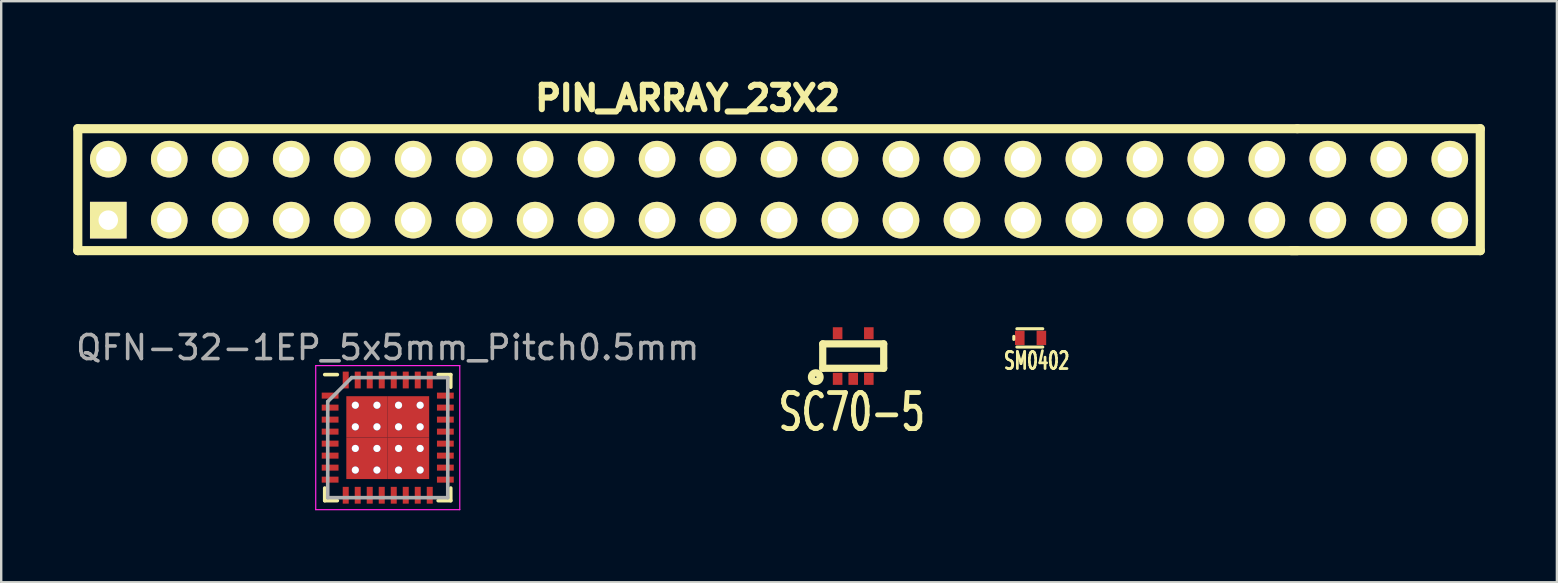
<source format=kicad_pcb>
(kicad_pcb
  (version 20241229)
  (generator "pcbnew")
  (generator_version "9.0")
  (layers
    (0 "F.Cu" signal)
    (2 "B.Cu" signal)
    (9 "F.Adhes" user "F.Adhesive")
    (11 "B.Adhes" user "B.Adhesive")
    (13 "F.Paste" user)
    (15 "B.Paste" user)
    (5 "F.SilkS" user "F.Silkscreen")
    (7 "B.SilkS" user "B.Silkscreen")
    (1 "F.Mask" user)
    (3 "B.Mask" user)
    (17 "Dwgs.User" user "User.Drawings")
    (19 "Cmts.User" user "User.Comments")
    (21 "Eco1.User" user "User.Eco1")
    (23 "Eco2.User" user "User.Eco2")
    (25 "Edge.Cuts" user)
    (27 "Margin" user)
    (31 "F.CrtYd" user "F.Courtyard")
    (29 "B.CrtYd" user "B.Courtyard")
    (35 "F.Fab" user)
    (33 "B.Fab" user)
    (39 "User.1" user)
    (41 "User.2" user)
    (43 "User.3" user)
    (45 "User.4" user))
  (footprint "SM0402"
    (layer "F.Cu")
    (at 39.878 11.025)
    (property "Reference" "SM0402" (at 0.254 0.953 0) (layer "F.SilkS") (effects (font (size 0.711 0.457) (thickness 0.127))))
    (attr smd)
    (fp_line (start -0.699 -0.064) (end -0.699 0.064) (stroke (width 0.127) (type solid)) (layer "F.SilkS"))
    (fp_line (start -0.572 0.381) (end 0.508 0.381) (stroke (width 0.127) (type solid)) (layer "F.SilkS"))
    (fp_line (start 0.508 -0.381) (end -0.572 -0.381) (stroke (width 0.127) (type solid)) (layer "F.SilkS"))
    (pad "1" smd rect (at -0.45 0) (size 0.399 0.599) (layers "F.Cu" "F.Mask" "F.Paste"))
    (pad "2" smd rect (at 0.45 0) (size 0.399 0.599) (layers "F.Cu" "F.Mask" "F.Paste")))
  (footprint "PIN_ARRAY_23X2"
    (layer "F.Cu")
    (at 25.59 4.85)
    (property "Reference" "PIN_ARRAY_23X2" (at 0 -3.81 0) (layer "F.SilkS") (effects (font (size 1.016 1.016) (thickness 0.254))))
    (attr through_hole)
    (fp_line (start -25.4 -2.54) (end -25.4 2.54) (stroke (width 0.381) (type solid)) (layer "F.SilkS"))
    (fp_line (start 25.4 -2.54) (end -25.4 -2.54) (stroke (width 0.381) (type solid)) (layer "F.SilkS"))
    (fp_line (start 25.4 -2.54) (end 33.02 -2.54) (stroke (width 0.381) (type solid)) (layer "F.SilkS"))
    (fp_line (start 25.4 2.54) (end -25.4 2.54) (stroke (width 0.381) (type solid)) (layer "F.SilkS"))
    (fp_line (start 33.02 -2.54) (end 33.02 2.54) (stroke (width 0.381) (type solid)) (layer "F.SilkS"))
    (fp_line (start 33.02 2.54) (end 25.146 2.54) (stroke (width 0.381) (type solid)) (layer "F.SilkS"))
    (pad "1" thru_hole rect (at -24.13 1.27) (size 1.524 1.524) (drill 0.813) (layers "*.Cu" "*.Mask" "F.SilkS"))
    (pad "2" thru_hole circle (at -24.13 -1.27) (size 1.524 1.524) (drill 1.016) (layers "*.Cu" "*.Mask" "F.SilkS"))
    (pad "3" thru_hole circle (at -21.59 1.27) (size 1.524 1.524) (drill 1.016) (layers "*.Cu" "*.Mask" "F.SilkS"))
    (pad "4" thru_hole circle (at -21.59 -1.27) (size 1.524 1.524) (drill 1.016) (layers "*.Cu" "*.Mask" "F.SilkS"))
    (pad "5" thru_hole circle (at -19.05 1.27) (size 1.524 1.524) (drill 1.016) (layers "*.Cu" "*.Mask" "F.SilkS"))
    (pad "6" thru_hole circle (at -19.05 -1.27) (size 1.524 1.524) (drill 1.016) (layers "*.Cu" "*.Mask" "F.SilkS"))
    (pad "7" thru_hole circle (at -16.51 1.27) (size 1.524 1.524) (drill 1.016) (layers "*.Cu" "*.Mask" "F.SilkS"))
    (pad "8" thru_hole circle (at -16.51 -1.27) (size 1.524 1.524) (drill 1.016) (layers "*.Cu" "*.Mask" "F.SilkS"))
    (pad "9" thru_hole circle (at -13.97 1.27) (size 1.524 1.524) (drill 1.016) (layers "*.Cu" "*.Mask" "F.SilkS"))
    (pad "10" thru_hole circle (at -13.97 -1.27) (size 1.524 1.524) (drill 1.016) (layers "*.Cu" "*.Mask" "F.SilkS"))
    (pad "11" thru_hole circle (at -11.43 1.27) (size 1.524 1.524) (drill 1.016) (layers "*.Cu" "*.Mask" "F.SilkS"))
    (pad "12" thru_hole circle (at -11.43 -1.27) (size 1.524 1.524) (drill 1.016) (layers "*.Cu" "*.Mask" "F.SilkS"))
    (pad "13" thru_hole circle (at -8.89 1.27) (size 1.524 1.524) (drill 1.016) (layers "*.Cu" "*.Mask" "F.SilkS"))
    (pad "14" thru_hole circle (at -8.89 -1.27) (size 1.524 1.524) (drill 1.016) (layers "*.Cu" "*.Mask" "F.SilkS"))
    (pad "15" thru_hole circle (at -6.35 1.27) (size 1.524 1.524) (drill 1.016) (layers "*.Cu" "*.Mask" "F.SilkS"))
    (pad "16" thru_hole circle (at -6.35 -1.27) (size 1.524 1.524) (drill 1.016) (layers "*.Cu" "*.Mask" "F.SilkS"))
    (pad "17" thru_hole circle (at -3.81 1.27) (size 1.524 1.524) (drill 1.016) (layers "*.Cu" "*.Mask" "F.SilkS"))
    (pad "18" thru_hole circle (at -3.81 -1.27) (size 1.524 1.524) (drill 1.016) (layers "*.Cu" "*.Mask" "F.SilkS"))
    (pad "19" thru_hole circle (at -1.27 1.27) (size 1.524 1.524) (drill 1.016) (layers "*.Cu" "*.Mask" "F.SilkS"))
    (pad "20" thru_hole circle (at -1.27 -1.27) (size 1.524 1.524) (drill 1.016) (layers "*.Cu" "*.Mask" "F.SilkS"))
    (pad "21" thru_hole circle (at 1.27 1.27) (size 1.524 1.524) (drill 1.016) (layers "*.Cu" "*.Mask" "F.SilkS"))
    (pad "22" thru_hole circle (at 1.27 -1.27) (size 1.524 1.524) (drill 1.016) (layers "*.Cu" "*.Mask" "F.SilkS"))
    (pad "23" thru_hole circle (at 3.81 1.27) (size 1.524 1.524) (drill 1.016) (layers "*.Cu" "*.Mask" "F.SilkS"))
    (pad "24" thru_hole circle (at 3.81 -1.27) (size 1.524 1.524) (drill 1.016) (layers "*.Cu" "*.Mask" "F.SilkS"))
    (pad "25" thru_hole circle (at 6.35 1.27) (size 1.524 1.524) (drill 1.016) (layers "*.Cu" "*.Mask" "F.SilkS"))
    (pad "26" thru_hole circle (at 6.35 -1.27) (size 1.524 1.524) (drill 1.016) (layers "*.Cu" "*.Mask" "F.SilkS"))
    (pad "27" thru_hole circle (at 8.89 1.27) (size 1.524 1.524) (drill 1.016) (layers "*.Cu" "*.Mask" "F.SilkS"))
    (pad "28" thru_hole circle (at 8.89 -1.27) (size 1.524 1.524) (drill 1.016) (layers "*.Cu" "*.Mask" "F.SilkS"))
    (pad "29" thru_hole circle (at 11.43 1.27) (size 1.524 1.524) (drill 1.016) (layers "*.Cu" "*.Mask" "F.SilkS"))
    (pad "30" thru_hole circle (at 11.43 -1.27) (size 1.524 1.524) (drill 1.016) (layers "*.Cu" "*.Mask" "F.SilkS"))
    (pad "31" thru_hole circle (at 13.97 1.27) (size 1.524 1.524) (drill 1.016) (layers "*.Cu" "*.Mask" "F.SilkS"))
    (pad "32" thru_hole circle (at 13.97 -1.27) (size 1.524 1.524) (drill 1.016) (layers "*.Cu" "*.Mask" "F.SilkS"))
    (pad "33" thru_hole circle (at 16.51 1.27) (size 1.524 1.524) (drill 1.016) (layers "*.Cu" "*.Mask" "F.SilkS"))
    (pad "34" thru_hole circle (at 16.51 -1.27) (size 1.524 1.524) (drill 1.016) (layers "*.Cu" "*.Mask" "F.SilkS"))
    (pad "35" thru_hole circle (at 19.05 1.27) (size 1.524 1.524) (drill 1.016) (layers "*.Cu" "*.Mask" "F.SilkS"))
    (pad "36" thru_hole circle (at 19.05 -1.27) (size 1.524 1.524) (drill 1.016) (layers "*.Cu" "*.Mask" "F.SilkS"))
    (pad "37" thru_hole circle (at 21.59 1.27) (size 1.524 1.524) (drill 1.016) (layers "*.Cu" "*.Mask" "F.SilkS"))
    (pad "38" thru_hole circle (at 21.59 -1.27) (size 1.524 1.524) (drill 1.016) (layers "*.Cu" "*.Mask" "F.SilkS"))
    (pad "39" thru_hole circle (at 24.13 1.27) (size 1.524 1.524) (drill 1.016) (layers "*.Cu" "*.Mask" "F.SilkS"))
    (pad "40" thru_hole circle (at 24.13 -1.27) (size 1.524 1.524) (drill 1.016) (layers "*.Cu" "*.Mask" "F.SilkS"))
    (pad "41" thru_hole circle (at 26.67 1.27) (size 1.524 1.524) (drill 1.016) (layers "*.Cu" "*.Mask" "F.SilkS"))
    (pad "42" thru_hole circle (at 26.67 -1.27) (size 1.524 1.524) (drill 1.016) (layers "*.Cu" "*.Mask" "F.SilkS"))
    (pad "43" thru_hole circle (at 29.21 1.27) (size 1.524 1.524) (drill 1.016) (layers "*.Cu" "*.Mask" "F.SilkS"))
    (pad "44" thru_hole circle (at 29.21 -1.27) (size 1.524 1.524) (drill 1.016) (layers "*.Cu" "*.Mask" "F.SilkS"))
    (pad "45" thru_hole circle (at 31.75 1.27) (size 1.524 1.524) (drill 1.016) (layers "*.Cu" "*.Mask" "F.SilkS"))
    (pad "46" thru_hole circle (at 31.75 -1.27) (size 1.524 1.524) (drill 1.016) (layers "*.Cu" "*.Mask" "F.SilkS")))
  (footprint "SC70-5"
    (layer "F.Cu")
    (at 32.49 11.781)
    (property "Reference" "SC70-5" (at -0.061 2.337 0) (layer "F.SilkS") (effects (font (size 1.501 1.001) (thickness 0.201))))
    (attr through_hole)
    (fp_line (start -1.27 -0.508) (end -1.27 0.508) (stroke (width 0.3) (type solid)) (layer "F.SilkS"))
    (fp_line (start -1.27 0.508) (end 1.27 0.508) (stroke (width 0.3) (type solid)) (layer "F.SilkS"))
    (fp_line (start 1.27 -0.508) (end -1.27 -0.508) (stroke (width 0.3) (type solid)) (layer "F.SilkS"))
    (fp_line (start 1.27 0.508) (end 1.27 -0.508) (stroke (width 0.3) (type solid)) (layer "F.SilkS"))
    (fp_circle (center -1.56 0.879) (end -1.529 1.057) (stroke (width 0.3) (type solid)) (fill no) (layer "F.SilkS"))
    (pad "1" smd rect (at -0.65 0.95) (size 0.399 0.5) (layers "F.Cu" "F.Mask" "F.Paste"))
    (pad "2" smd rect (at 0 0.95) (size 0.399 0.5) (layers "F.Cu" "F.Mask" "F.Paste"))
    (pad "3" smd rect (at 0.65 0.95) (size 0.399 0.5) (layers "F.Cu" "F.Mask" "F.Paste"))
    (pad "4" smd rect (at 0.65 -0.95) (size 0.399 0.5) (layers "F.Cu" "F.Mask" "F.Paste"))
    (pad "5" smd rect (at -0.65 -0.95) (size 0.399 0.5) (layers "F.Cu" "F.Mask" "F.Paste")))
  (footprint "QFN-32-1EP_5x5mm_Pitch0.5mm"
    (layer "F.Cu")
    (at 13.101 15.179)
    (property "Reference" "QFN-32-1EP_5x5mm_Pitch0.5mm" (at 0 -3.75 0) (layer "F.Fab") (effects (font (size 1 1) (thickness 0.15))))
    (attr smd)
    (fp_line (start -2.625 -2.625) (end -2.1 -2.625) (stroke (width 0.15) (type solid)) (layer "F.SilkS"))
    (fp_line (start -2.625 2.625) (end -2.625 2.1) (stroke (width 0.15) (type solid)) (layer "F.SilkS"))
    (fp_line (start -2.625 2.625) (end -2.1 2.625) (stroke (width 0.15) (type solid)) (layer "F.SilkS"))
    (fp_line (start 2.625 -2.625) (end 2.1 -2.625) (stroke (width 0.15) (type solid)) (layer "F.SilkS"))
    (fp_line (start 2.625 -2.625) (end 2.625 -2.1) (stroke (width 0.15) (type solid)) (layer "F.SilkS"))
    (fp_line (start 2.625 2.625) (end 2.1 2.625) (stroke (width 0.15) (type solid)) (layer "F.SilkS"))
    (fp_line (start 2.625 2.625) (end 2.625 2.1) (stroke (width 0.15) (type solid)) (layer "F.SilkS"))
    (fp_line (start -3 -3) (end -3 3) (stroke (width 0.05) (type solid)) (layer "F.CrtYd"))
    (fp_line (start -3 -3) (end 3 -3) (stroke (width 0.05) (type solid)) (layer "F.CrtYd"))
    (fp_line (start -3 3) (end 3 3) (stroke (width 0.05) (type solid)) (layer "F.CrtYd"))
    (fp_line (start 3 -3) (end 3 3) (stroke (width 0.05) (type solid)) (layer "F.CrtYd"))
    (fp_line (start -2.5 -1.5) (end -1.5 -2.5) (stroke (width 0.15) (type solid)) (layer "F.Fab"))
    (fp_line (start -2.5 2.5) (end -2.5 -1.5) (stroke (width 0.15) (type solid)) (layer "F.Fab"))
    (fp_line (start -1.5 -2.5) (end 2.5 -2.5) (stroke (width 0.15) (type solid)) (layer "F.Fab"))
    (fp_line (start 2.5 -2.5) (end 2.5 2.5) (stroke (width 0.15) (type solid)) (layer "F.Fab"))
    (fp_line (start 2.5 2.5) (end -2.5 2.5) (stroke (width 0.15) (type solid)) (layer "F.Fab"))
    (pad "0" thru_hole circle (at -1.35 -1.35) (size 0.3 0.3) (drill 0.3) (layers "*.Cu"))
    (pad "0" thru_hole circle (at -1.35 -0.45) (size 0.3 0.3) (drill 0.3) (layers "*.Cu"))
    (pad "0" thru_hole circle (at -1.35 0.45) (size 0.3 0.3) (drill 0.3) (layers "*.Cu"))
    (pad "0" thru_hole circle (at -1.35 1.35) (size 0.3 0.3) (drill 0.3) (layers "*.Cu"))
    (pad "0" smd rect (at -0.863 -0.863) (size 1.725 1.725) (layers "F.Cu" "F.Mask" "F.Paste"))
    (pad "0" smd rect (at -0.863 0.863) (size 1.725 1.725) (layers "F.Cu" "F.Mask" "F.Paste"))
    (pad "0" thru_hole circle (at -0.45 -1.35) (size 0.3 0.3) (drill 0.3) (layers "*.Cu"))
    (pad "0" thru_hole circle (at -0.45 -0.45) (size 0.3 0.3) (drill 0.3) (layers "*.Cu"))
    (pad "0" thru_hole circle (at -0.45 0.45) (size 0.3 0.3) (drill 0.3) (layers "*.Cu"))
    (pad "0" thru_hole circle (at -0.45 1.35) (size 0.3 0.3) (drill 0.3) (layers "*.Cu"))
    (pad "0" thru_hole circle (at 0.45 -1.35) (size 0.3 0.3) (drill 0.3) (layers "*.Cu"))
    (pad "0" thru_hole circle (at 0.45 -0.45) (size 0.3 0.3) (drill 0.3) (layers "*.Cu"))
    (pad "0" thru_hole circle (at 0.45 0.45) (size 0.3 0.3) (drill 0.3) (layers "*.Cu"))
    (pad "0" thru_hole circle (at 0.45 1.35) (size 0.3 0.3) (drill 0.3) (layers "*.Cu"))
    (pad "0" smd rect (at 0.863 -0.863) (size 1.725 1.725) (layers "F.Cu" "F.Mask" "F.Paste"))
    (pad "0" smd rect (at 0.863 0.863) (size 1.725 1.725) (layers "F.Cu" "F.Mask" "F.Paste"))
    (pad "0" thru_hole circle (at 1.35 -1.35) (size 0.3 0.3) (drill 0.3) (layers "*.Cu"))
    (pad "0" thru_hole circle (at 1.35 -0.45) (size 0.3 0.3) (drill 0.3) (layers "*.Cu"))
    (pad "0" thru_hole circle (at 1.35 0.45) (size 0.3 0.3) (drill 0.3) (layers "*.Cu"))
    (pad "0" thru_hole circle (at 1.35 1.35) (size 0.3 0.3) (drill 0.3) (layers "*.Cu"))
    (pad "1" smd rect (at -2.4 -1.75) (size 0.7 0.25) (layers "F.Cu" "F.Mask" "F.Paste"))
    (pad "2" smd rect (at -2.4 -1.25) (size 0.7 0.25) (layers "F.Cu" "F.Mask" "F.Paste"))
    (pad "3" smd rect (at -2.4 -0.75) (size 0.7 0.25) (layers "F.Cu" "F.Mask" "F.Paste"))
    (pad "4" smd rect (at -2.4 -0.25) (size 0.7 0.25) (layers "F.Cu" "F.Mask" "F.Paste"))
    (pad "5" smd rect (at -2.4 0.25) (size 0.7 0.25) (layers "F.Cu" "F.Mask" "F.Paste"))
    (pad "6" smd rect (at -2.4 0.75) (size 0.7 0.25) (layers "F.Cu" "F.Mask" "F.Paste"))
    (pad "7" smd rect (at -2.4 1.25) (size 0.7 0.25) (layers "F.Cu" "F.Mask" "F.Paste"))
    (pad "8" smd rect (at -2.4 1.75) (size 0.7 0.25) (layers "F.Cu" "F.Mask" "F.Paste"))
    (pad "9" smd rect (at -1.75 2.4 90) (size 0.7 0.25) (layers "F.Cu" "F.Mask" "F.Paste"))
    (pad "10" smd rect (at -1.25 2.4 90) (size 0.7 0.25) (layers "F.Cu" "F.Mask" "F.Paste"))
    (pad "11" smd rect (at -0.75 2.4 90) (size 0.7 0.25) (layers "F.Cu" "F.Mask" "F.Paste"))
    (pad "12" smd rect (at -0.25 2.4 90) (size 0.7 0.25) (layers "F.Cu" "F.Mask" "F.Paste"))
    (pad "13" smd rect (at 0.25 2.4 90) (size 0.7 0.25) (layers "F.Cu" "F.Mask" "F.Paste"))
    (pad "14" smd rect (at 0.75 2.4 90) (size 0.7 0.25) (layers "F.Cu" "F.Mask" "F.Paste"))
    (pad "15" smd rect (at 1.25 2.4 90) (size 0.7 0.25) (layers "F.Cu" "F.Mask" "F.Paste"))
    (pad "16" smd rect (at 1.75 2.4 90) (size 0.7 0.25) (layers "F.Cu" "F.Mask" "F.Paste"))
    (pad "17" smd rect (at 2.4 1.75) (size 0.7 0.25) (layers "F.Cu" "F.Mask" "F.Paste"))
    (pad "18" smd rect (at 2.4 1.25) (size 0.7 0.25) (layers "F.Cu" "F.Mask" "F.Paste"))
    (pad "19" smd rect (at 2.4 0.75) (size 0.7 0.25) (layers "F.Cu" "F.Mask" "F.Paste"))
    (pad "20" smd rect (at 2.4 0.25) (size 0.7 0.25) (layers "F.Cu" "F.Mask" "F.Paste"))
    (pad "21" smd rect (at 2.4 -0.25) (size 0.7 0.25) (layers "F.Cu" "F.Mask" "F.Paste"))
    (pad "22" smd rect (at 2.4 -0.75) (size 0.7 0.25) (layers "F.Cu" "F.Mask" "F.Paste"))
    (pad "23" smd rect (at 2.4 -1.25) (size 0.7 0.25) (layers "F.Cu" "F.Mask" "F.Paste"))
    (pad "24" smd rect (at 2.4 -1.75) (size 0.7 0.25) (layers "F.Cu" "F.Mask" "F.Paste"))
    (pad "25" smd rect (at 1.75 -2.4 90) (size 0.7 0.25) (layers "F.Cu" "F.Mask" "F.Paste"))
    (pad "26" smd rect (at 1.25 -2.4 90) (size 0.7 0.25) (layers "F.Cu" "F.Mask" "F.Paste"))
    (pad "27" smd rect (at 0.75 -2.4 90) (size 0.7 0.25) (layers "F.Cu" "F.Mask" "F.Paste"))
    (pad "28" smd rect (at 0.25 -2.4 90) (size 0.7 0.25) (layers "F.Cu" "F.Mask" "F.Paste"))
    (pad "29" smd rect (at -0.25 -2.4 90) (size 0.7 0.25) (layers "F.Cu" "F.Mask" "F.Paste"))
    (pad "30" smd rect (at -0.75 -2.4 90) (size 0.7 0.25) (layers "F.Cu" "F.Mask" "F.Paste"))
    (pad "31" smd rect (at -1.25 -2.4 90) (size 0.7 0.25) (layers "F.Cu" "F.Mask" "F.Paste"))
    (pad "32" smd rect (at -1.75 -2.4 90) (size 0.7 0.25) (layers "F.Cu" "F.Mask" "F.Paste")))
  (gr_rect
    (start -3 -3)
    (end 61.801 21.204)
    (stroke (width 0.1) (type default))
    (fill no)
    (layer "Edge.Cuts")))
</source>
